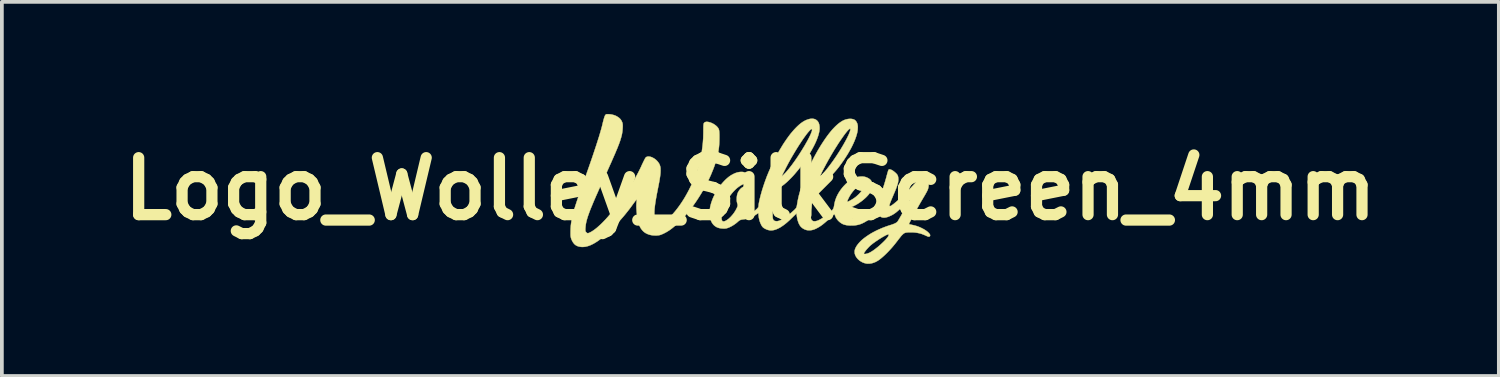
<source format=kicad_pcb>
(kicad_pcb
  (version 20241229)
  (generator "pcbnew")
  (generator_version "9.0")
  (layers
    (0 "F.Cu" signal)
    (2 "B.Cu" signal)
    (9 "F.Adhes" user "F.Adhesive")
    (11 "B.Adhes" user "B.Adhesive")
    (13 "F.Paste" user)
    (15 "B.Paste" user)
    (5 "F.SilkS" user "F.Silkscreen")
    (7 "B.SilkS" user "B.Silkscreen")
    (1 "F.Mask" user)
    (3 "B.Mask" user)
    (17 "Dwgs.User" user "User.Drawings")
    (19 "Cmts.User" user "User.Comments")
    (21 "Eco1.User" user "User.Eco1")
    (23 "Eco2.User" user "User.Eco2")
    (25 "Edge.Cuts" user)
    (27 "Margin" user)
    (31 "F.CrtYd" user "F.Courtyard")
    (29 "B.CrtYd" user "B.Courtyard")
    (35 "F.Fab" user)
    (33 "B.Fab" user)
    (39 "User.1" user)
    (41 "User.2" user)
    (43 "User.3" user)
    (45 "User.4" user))
  (footprint "Logo_Wolley_SilkScreen_4mm"
    (layer "F.Cu")
    (at 17.025 2.003)
    (property "Reference" "Logo_Wolley_SilkScreen_4mm" (at 0 0 0) (layer "F.SilkS") (effects (font (size 1.524 1.524) (thickness 0.3))))
    (attr through_hole)
    (fp_poly (pts (xy -3.812 -1.998) (xy -3.775 -1.997) (xy -3.74 -1.994) (xy -3.706 -1.988) (xy -3.673 -1.98) (xy -3.659 -1.976) (xy -3.625 -1.965) (xy -3.592 -1.951) (xy -3.562 -1.934) (xy -3.534 -1.916) (xy -3.509 -1.897) (xy -3.486 -1.876) (xy -3.467 -1.853) (xy -3.46 -1.843) (xy -3.454 -1.834) (xy -3.447 -1.822) (xy -3.441 -1.808) (xy -3.434 -1.795) (xy -3.429 -1.781) (xy -3.424 -1.77) (xy -3.422 -1.764) (xy -3.419 -1.749) (xy -3.416 -1.732) (xy -3.415 -1.714) (xy -3.414 -1.694) (xy -3.414 -1.67) (xy -3.414 -1.668) (xy -3.416 -1.625) (xy -3.419 -1.585) (xy -3.422 -1.547) (xy -3.427 -1.511) (xy -3.433 -1.475) (xy -3.44 -1.44) (xy -3.449 -1.405) (xy -3.459 -1.368) (xy -3.471 -1.329) (xy -3.48 -1.3) (xy -3.486 -1.28) (xy -3.493 -1.261) (xy -3.501 -1.24) (xy -3.508 -1.219) (xy -3.516 -1.197) (xy -3.525 -1.174) (xy -3.535 -1.15) (xy -3.544 -1.125) (xy -3.555 -1.098) (xy -3.566 -1.071) (xy -3.579 -1.041) (xy -3.592 -1.01) (xy -3.605 -0.978) (xy -3.62 -0.943) (xy -3.636 -0.907) (xy -3.653 -0.868) (xy -3.671 -0.827) (xy -3.69 -0.784) (xy -3.71 -0.738) (xy -3.731 -0.69) (xy -3.754 -0.64) (xy -3.778 -0.586) (xy -3.803 -0.53) (xy -3.83 -0.47) (xy -3.858 -0.408) (xy -3.888 -0.342) (xy -3.92 -0.273) (xy -3.926 -0.258) (xy -3.938 -0.231) (xy -3.951 -0.204) (xy -3.964 -0.176) (xy -3.976 -0.148) (xy -3.989 -0.12) (xy -4.001 -0.094) (xy -4.012 -0.068) (xy -4.023 -0.045) (xy -4.032 -0.024) (xy -4.041 -0.005) (xy -4.045 0.004) (xy -4.075 0.072) (xy -4.104 0.138) (xy -4.132 0.2) (xy -4.157 0.259) (xy -4.182 0.315) (xy -4.204 0.368) (xy -4.225 0.419) (xy -4.245 0.467) (xy -4.264 0.512) (xy -4.281 0.555) (xy -4.297 0.596) (xy -4.311 0.635) (xy -4.324 0.671) (xy -4.337 0.706) (xy -4.348 0.739) (xy -4.358 0.77) (xy -4.367 0.8) (xy -4.375 0.828) (xy -4.382 0.855) (xy -4.388 0.881) (xy -4.394 0.906) (xy -4.398 0.93) (xy -4.4 0.937) (xy -4.404 0.964) (xy -4.407 0.992) (xy -4.41 1.019) (xy -4.412 1.045) (xy -4.414 1.07) (xy -4.414 1.092) (xy -4.414 1.101) (xy -4.413 1.112) (xy -4.413 1.119) (xy -4.412 1.125) (xy -4.411 1.13) (xy -4.409 1.135) (xy -4.407 1.14) (xy -4.401 1.149) (xy -4.393 1.159) (xy -4.384 1.168) (xy -4.375 1.176) (xy -4.365 1.182) (xy -4.356 1.186) (xy -4.349 1.187) (xy -4.342 1.186) (xy -4.331 1.183) (xy -4.318 1.178) (xy -4.303 1.172) (xy -4.287 1.164) (xy -4.269 1.155) (xy -4.251 1.145) (xy -4.232 1.134) (xy -4.214 1.122) (xy -4.204 1.115) (xy -4.172 1.093) (xy -4.139 1.068) (xy -4.104 1.04) (xy -4.068 1.008) (xy -4.03 0.974) (xy -3.991 0.938) (xy -3.952 0.899) (xy -3.911 0.857) (xy -3.87 0.814) (xy -3.829 0.768) (xy -3.823 0.762) (xy -3.759 0.688) (xy -3.695 0.611) (xy -3.63 0.531) (xy -3.566 0.448) (xy -3.502 0.363) (xy -3.439 0.276) (xy -3.377 0.188) (xy -3.317 0.098) (xy -3.258 0.008) (xy -3.201 -0.083) (xy -3.146 -0.173) (xy -3.099 -0.254) (xy -3.066 -0.313) (xy -3.035 -0.37) (xy -3.005 -0.426) (xy -2.977 -0.481) (xy -2.949 -0.538) (xy -2.921 -0.596) (xy -2.901 -0.642) (xy -2.893 -0.659) (xy -2.884 -0.677) (xy -2.875 -0.696) (xy -2.866 -0.716) (xy -2.856 -0.735) (xy -2.847 -0.754) (xy -2.838 -0.771) (xy -2.83 -0.787) (xy -2.823 -0.801) (xy -2.817 -0.812) (xy -2.813 -0.817) (xy -2.808 -0.826) (xy -2.802 -0.835) (xy -2.796 -0.841) (xy -2.794 -0.844) (xy -2.779 -0.853) (xy -2.763 -0.86) (xy -2.745 -0.864) (xy -2.725 -0.866) (xy -2.704 -0.864) (xy -2.682 -0.86) (xy -2.659 -0.854) (xy -2.636 -0.846) (xy -2.613 -0.835) (xy -2.589 -0.822) (xy -2.566 -0.808) (xy -2.544 -0.792) (xy -2.522 -0.774) (xy -2.501 -0.754) (xy -2.482 -0.733) (xy -2.464 -0.711) (xy -2.448 -0.687) (xy -2.44 -0.675) (xy -2.428 -0.65) (xy -2.418 -0.624) (xy -2.41 -0.595) (xy -2.405 -0.568) (xy -2.404 -0.559) (xy -2.403 -0.547) (xy -2.403 -0.533) (xy -2.403 -0.517) (xy -2.402 -0.499) (xy -2.402 -0.482) (xy -2.403 -0.464) (xy -2.403 -0.448) (xy -2.404 -0.433) (xy -2.405 -0.42) (xy -2.405 -0.416) (xy -2.407 -0.393) (xy -2.41 -0.37) (xy -2.413 -0.347) (xy -2.416 -0.323) (xy -2.42 -0.298) (xy -2.424 -0.272) (xy -2.428 -0.244) (xy -2.434 -0.214) (xy -2.439 -0.182) (xy -2.446 -0.148) (xy -2.453 -0.11) (xy -2.461 -0.069) (xy -2.467 -0.04) (xy -2.479 0.021) (xy -2.49 0.079) (xy -2.501 0.133) (xy -2.51 0.185) (xy -2.519 0.233) (xy -2.527 0.278) (xy -2.534 0.321) (xy -2.54 0.361) (xy -2.546 0.399) (xy -2.551 0.434) (xy -2.555 0.468) (xy -2.559 0.5) (xy -2.562 0.53) (xy -2.564 0.558) (xy -2.566 0.585) (xy -2.567 0.611) (xy -2.567 0.636) (xy -2.568 0.653) (xy -2.567 0.685) (xy -2.566 0.714) (xy -2.563 0.74) (xy -2.56 0.763) (xy -2.555 0.784) (xy -2.55 0.804) (xy -2.543 0.823) (xy -2.535 0.839) (xy -2.526 0.856) (xy -2.514 0.872) (xy -2.502 0.885) (xy -2.49 0.897) (xy -2.477 0.905) (xy -2.476 0.905) (xy -2.458 0.912) (xy -2.439 0.915) (xy -2.418 0.915) (xy -2.396 0.911) (xy -2.372 0.905) (xy -2.347 0.895) (xy -2.321 0.882) (xy -2.293 0.866) (xy -2.265 0.847) (xy -2.236 0.825) (xy -2.205 0.8) (xy -2.174 0.773) (xy -2.142 0.743) (xy -2.11 0.71) (xy -2.076 0.674) (xy -2.043 0.636) (xy -2.008 0.595) (xy -1.974 0.552) (xy -1.939 0.507) (xy -1.904 0.459) (xy -1.901 0.455) (xy -1.847 0.377) (xy -1.794 0.296) (xy -1.743 0.212) (xy -1.694 0.125) (xy -1.646 0.036) (xy -1.601 -0.055) (xy -1.557 -0.148) (xy -1.517 -0.241) (xy -1.479 -0.336) (xy -1.463 -0.376) (xy -1.426 -0.48) (xy -1.393 -0.585) (xy -1.364 -0.69) (xy -1.338 -0.796) (xy -1.316 -0.902) (xy -1.297 -1.01) (xy -1.282 -1.119) (xy -1.27 -1.229) (xy -1.262 -1.337) (xy -1.26 -1.375) (xy -1.259 -1.416) (xy -1.258 -1.46) (xy -1.257 -1.505) (xy -1.257 -1.551) (xy -1.257 -1.569) (xy -1.256 -1.601) (xy -1.256 -1.629) (xy -1.256 -1.654) (xy -1.255 -1.676) (xy -1.254 -1.695) (xy -1.253 -1.711) (xy -1.251 -1.724) (xy -1.249 -1.736) (xy -1.247 -1.745) (xy -1.245 -1.752) (xy -1.243 -1.757) (xy -1.237 -1.766) (xy -1.227 -1.774) (xy -1.216 -1.782) (xy -1.203 -1.788) (xy -1.19 -1.791) (xy -1.189 -1.791) (xy -1.17 -1.794) (xy -1.148 -1.793) (xy -1.125 -1.79) (xy -1.1 -1.784) (xy -1.074 -1.777) (xy -1.047 -1.767) (xy -1.021 -1.755) (xy -0.994 -1.742) (xy -0.969 -1.727) (xy -0.944 -1.71) (xy -0.921 -1.692) (xy -0.917 -1.689) (xy -0.897 -1.671) (xy -0.879 -1.651) (xy -0.864 -1.632) (xy -0.852 -1.612) (xy -0.846 -1.599) (xy -0.843 -1.59) (xy -0.84 -1.581) (xy -0.837 -1.571) (xy -0.835 -1.559) (xy -0.834 -1.546) (xy -0.832 -1.532) (xy -0.831 -1.515) (xy -0.83 -1.495) (xy -0.829 -1.473) (xy -0.828 -1.447) (xy -0.828 -1.431) (xy -0.828 -1.364) (xy -0.829 -1.3) (xy -0.831 -1.238) (xy -0.834 -1.18) (xy -0.839 -1.122) (xy -0.846 -1.067) (xy -0.854 -1.012) (xy -0.864 -0.957) (xy -0.875 -0.903) (xy -0.885 -0.86) (xy -0.902 -0.797) (xy -0.921 -0.732) (xy -0.943 -0.664) (xy -0.967 -0.595) (xy -0.994 -0.524) (xy -1.023 -0.453) (xy -1.053 -0.38) (xy -1.086 -0.307) (xy -1.121 -0.233) (xy -1.157 -0.16) (xy -1.195 -0.087) (xy -1.229 -0.024) (xy -1.274 0.056) (xy -1.321 0.135) (xy -1.369 0.212) (xy -1.418 0.288) (xy -1.468 0.362) (xy -1.519 0.434) (xy -1.571 0.504) (xy -1.623 0.572) (xy -1.676 0.638) (xy -1.729 0.701) (xy -1.783 0.762) (xy -1.836 0.819) (xy -1.89 0.874) (xy -1.944 0.926) (xy -1.997 0.974) (xy -2.05 1.019) (xy -2.102 1.061) (xy -2.109 1.066) (xy -2.148 1.095) (xy -2.186 1.12) (xy -2.224 1.144) (xy -2.261 1.165) (xy -2.299 1.185) (xy -2.338 1.204) (xy -2.345 1.206) (xy -2.37 1.218) (xy -2.394 1.227) (xy -2.416 1.234) (xy -2.438 1.239) (xy -2.46 1.243) (xy -2.483 1.245) (xy -2.508 1.247) (xy -2.532 1.247) (xy -2.569 1.246) (xy -2.603 1.244) (xy -2.636 1.24) (xy -2.667 1.234) (xy -2.685 1.23) (xy -2.724 1.218) (xy -2.76 1.204) (xy -2.794 1.187) (xy -2.826 1.167) (xy -2.855 1.144) (xy -2.882 1.118) (xy -2.906 1.089) (xy -2.929 1.057) (xy -2.949 1.022) (xy -2.967 0.983) (xy -2.983 0.941) (xy -2.984 0.939) (xy -2.992 0.912) (xy -3 0.883) (xy -3.008 0.85) (xy -3.015 0.814) (xy -3.022 0.776) (xy -3.028 0.735) (xy -3.033 0.693) (xy -3.038 0.649) (xy -3.042 0.604) (xy -3.045 0.558) (xy -3.048 0.512) (xy -3.048 0.504) (xy -3.049 0.469) (xy -3.049 0.436) (xy -3.048 0.405) (xy -3.046 0.376) (xy -3.045 0.366) (xy -3.044 0.351) (xy -3.042 0.336) (xy -3.041 0.322) (xy -3.041 0.31) (xy -3.041 0.3) (xy -3.041 0.293) (xy -3.042 0.289) (xy -3.043 0.287) (xy -3.044 0.286) (xy -3.046 0.288) (xy -3.05 0.292) (xy -3.053 0.295) (xy -3.058 0.301) (xy -3.066 0.311) (xy -3.075 0.323) (xy -3.087 0.338) (xy -3.099 0.355) (xy -3.114 0.374) (xy -3.129 0.395) (xy -3.146 0.418) (xy -3.156 0.432) (xy -3.201 0.494) (xy -3.247 0.555) (xy -3.294 0.614) (xy -3.341 0.673) (xy -3.39 0.732) (xy -3.441 0.791) (xy -3.494 0.851) (xy -3.55 0.912) (xy -3.58 0.944) (xy -3.599 0.964) (xy -3.62 0.986) (xy -3.643 1.009) (xy -3.667 1.034) (xy -3.693 1.059) (xy -3.718 1.084) (xy -3.744 1.109) (xy -3.77 1.134) (xy -3.794 1.158) (xy -3.818 1.18) (xy -3.84 1.201) (xy -3.86 1.219) (xy -3.869 1.227) (xy -3.919 1.271) (xy -3.968 1.312) (xy -4.017 1.349) (xy -4.064 1.384) (xy -4.11 1.415) (xy -4.155 1.443) (xy -4.198 1.468) (xy -4.224 1.481) (xy -4.265 1.501) (xy -4.304 1.517) (xy -4.342 1.53) (xy -4.38 1.54) (xy -4.417 1.548) (xy -4.453 1.552) (xy -4.463 1.553) (xy -4.474 1.553) (xy -4.483 1.554) (xy -4.49 1.554) (xy -4.495 1.554) (xy -4.496 1.554) (xy -4.499 1.554) (xy -4.506 1.554) (xy -4.514 1.553) (xy -4.521 1.553) (xy -4.554 1.549) (xy -4.586 1.543) (xy -4.616 1.534) (xy -4.643 1.523) (xy -4.651 1.519) (xy -4.674 1.505) (xy -4.695 1.489) (xy -4.714 1.47) (xy -4.732 1.448) (xy -4.75 1.422) (xy -4.766 1.393) (xy -4.778 1.368) (xy -4.785 1.353) (xy -4.79 1.339) (xy -4.795 1.325) (xy -4.799 1.312) (xy -4.802 1.298) (xy -4.805 1.283) (xy -4.807 1.267) (xy -4.809 1.249) (xy -4.81 1.229) (xy -4.81 1.207) (xy -4.81 1.182) (xy -4.81 1.154) (xy -4.81 1.138) (xy -4.809 1.097) (xy -4.808 1.058) (xy -4.805 1.022) (xy -4.803 0.987) (xy -4.799 0.953) (xy -4.795 0.919) (xy -4.789 0.884) (xy -4.783 0.847) (xy -4.783 0.846) (xy -4.777 0.818) (xy -4.772 0.79) (xy -4.766 0.762) (xy -4.759 0.732) (xy -4.752 0.702) (xy -4.744 0.671) (xy -4.736 0.639) (xy -4.727 0.606) (xy -4.717 0.571) (xy -4.706 0.535) (xy -4.695 0.497) (xy -4.683 0.457) (xy -4.669 0.416) (xy -4.655 0.372) (xy -4.64 0.326) (xy -4.624 0.278) (xy -4.607 0.228) (xy -4.589 0.174) (xy -4.57 0.119) (xy -4.549 0.06) (xy -4.527 -0.002) (xy -4.504 -0.067) (xy -4.48 -0.135) (xy -4.454 -0.207) (xy -4.447 -0.225) (xy -4.406 -0.34) (xy -4.366 -0.452) (xy -4.328 -0.56) (xy -4.291 -0.666) (xy -4.256 -0.767) (xy -4.222 -0.866) (xy -4.19 -0.962) (xy -4.159 -1.055) (xy -4.129 -1.145) (xy -4.101 -1.232) (xy -4.082 -1.291) (xy -4.066 -1.343) (xy -4.05 -1.392) (xy -4.036 -1.438) (xy -4.023 -1.482) (xy -4.011 -1.523) (xy -4 -1.562) (xy -3.989 -1.599) (xy -3.98 -1.635) (xy -3.97 -1.669) (xy -3.962 -1.703) (xy -3.954 -1.736) (xy -3.948 -1.763) (xy -3.941 -1.791) (xy -3.934 -1.819) (xy -3.927 -1.846) (xy -3.92 -1.87) (xy -3.913 -1.893) (xy -3.907 -1.913) (xy -3.901 -1.931) (xy -3.895 -1.946) (xy -3.891 -1.956) (xy -3.882 -1.971) (xy -3.873 -1.983) (xy -3.863 -1.991) (xy -3.858 -1.994) (xy -3.854 -1.995) (xy -3.85 -1.997) (xy -3.846 -1.997) (xy -3.841 -1.998) (xy -3.834 -1.998) (xy -3.824 -1.998) (xy -3.812 -1.998)) (stroke (width 0.01) (type solid)) (fill yes) (layer "F.SilkS"))
    (fp_poly (pts (xy 1.671 -1.876) (xy 1.685 -1.874) (xy 1.692 -1.873) (xy 1.718 -1.867) (xy 1.743 -1.857) (xy 1.764 -1.844) (xy 1.784 -1.828) (xy 1.801 -1.81) (xy 1.816 -1.789) (xy 1.828 -1.765) (xy 1.838 -1.738) (xy 1.845 -1.709) (xy 1.85 -1.678) (xy 1.852 -1.644) (xy 1.852 -1.608) (xy 1.849 -1.57) (xy 1.846 -1.551) (xy 1.841 -1.52) (xy 1.833 -1.486) (xy 1.823 -1.449) (xy 1.812 -1.411) (xy 1.798 -1.372) (xy 1.783 -1.332) (xy 1.78 -1.324) (xy 1.756 -1.266) (xy 1.729 -1.207) (xy 1.699 -1.147) (xy 1.666 -1.085) (xy 1.631 -1.022) (xy 1.594 -0.958) (xy 1.555 -0.894) (xy 1.514 -0.83) (xy 1.471 -0.766) (xy 1.427 -0.702) (xy 1.381 -0.64) (xy 1.335 -0.578) (xy 1.288 -0.518) (xy 1.239 -0.459) (xy 1.191 -0.402) (xy 1.142 -0.347) (xy 1.093 -0.295) (xy 1.056 -0.258) (xy 1.025 -0.227) (xy 0.996 -0.199) (xy 0.967 -0.173) (xy 0.939 -0.149) (xy 0.911 -0.125) (xy 0.881 -0.102) (xy 0.85 -0.079) (xy 0.816 -0.055) (xy 0.796 -0.04) (xy 0.778 -0.026) (xy 0.763 -0.012) (xy 0.751 0.002) (xy 0.739 0.017) (xy 0.73 0.034) (xy 0.72 0.053) (xy 0.711 0.075) (xy 0.706 0.087) (xy 0.68 0.161) (xy 0.658 0.235) (xy 0.639 0.308) (xy 0.624 0.381) (xy 0.611 0.455) (xy 0.602 0.53) (xy 0.598 0.58) (xy 0.597 0.593) (xy 0.597 0.607) (xy 0.596 0.624) (xy 0.596 0.642) (xy 0.596 0.661) (xy 0.596 0.679) (xy 0.596 0.698) (xy 0.596 0.716) (xy 0.596 0.732) (xy 0.597 0.746) (xy 0.597 0.758) (xy 0.598 0.766) (xy 0.598 0.769) (xy 0.601 0.784) (xy 0.604 0.798) (xy 0.607 0.811) (xy 0.611 0.82) (xy 0.612 0.822) (xy 0.618 0.831) (xy 0.626 0.84) (xy 0.635 0.848) (xy 0.64 0.852) (xy 0.649 0.856) (xy 0.66 0.859) (xy 0.674 0.862) (xy 0.688 0.864) (xy 0.693 0.865) (xy 0.714 0.865) (xy 0.737 0.862) (xy 0.763 0.855) (xy 0.79 0.846) (xy 0.818 0.833) (xy 0.849 0.818) (xy 0.881 0.799) (xy 0.915 0.777) (xy 0.943 0.758) (xy 0.963 0.743) (xy 0.984 0.727) (xy 1.006 0.711) (xy 1.028 0.693) (xy 1.05 0.675) (xy 1.072 0.657) (xy 1.094 0.639) (xy 1.114 0.621) (xy 1.134 0.603) (xy 1.153 0.586) (xy 1.17 0.571) (xy 1.185 0.556) (xy 1.198 0.543) (xy 1.208 0.532) (xy 1.216 0.522) (xy 1.217 0.52) (xy 1.223 0.513) (xy 1.227 0.505) (xy 1.231 0.498) (xy 1.235 0.489) (xy 1.238 0.48) (xy 1.241 0.469) (xy 1.244 0.456) (xy 1.247 0.441) (xy 1.25 0.424) (xy 1.253 0.402) (xy 1.255 0.394) (xy 1.267 0.322) (xy 1.282 0.249) (xy 1.3 0.173) (xy 1.321 0.095) (xy 1.344 0.016) (xy 1.369 -0.066) (xy 1.397 -0.148) (xy 1.427 -0.232) (xy 1.46 -0.316) (xy 1.472 -0.347) (xy 1.873 -0.347) (xy 1.873 -0.342) (xy 1.876 -0.341) (xy 1.881 -0.342) (xy 1.884 -0.344) (xy 1.893 -0.351) (xy 1.904 -0.361) (xy 1.916 -0.373) (xy 1.931 -0.389) (xy 1.948 -0.408) (xy 1.966 -0.429) (xy 1.986 -0.452) (xy 2.007 -0.478) (xy 2.03 -0.507) (xy 2.054 -0.537) (xy 2.079 -0.57) (xy 2.106 -0.604) (xy 2.133 -0.641) (xy 2.143 -0.653) (xy 2.174 -0.696) (xy 2.206 -0.739) (xy 2.237 -0.784) (xy 2.268 -0.829) (xy 2.299 -0.874) (xy 2.329 -0.92) (xy 2.359 -0.966) (xy 2.388 -1.012) (xy 2.417 -1.058) (xy 2.444 -1.103) (xy 2.471 -1.148) (xy 2.496 -1.191) (xy 2.52 -1.234) (xy 2.543 -1.275) (xy 2.565 -1.316) (xy 2.585 -1.354) (xy 2.603 -1.391) (xy 2.62 -1.426) (xy 2.635 -1.458) (xy 2.647 -1.489) (xy 2.658 -1.517) (xy 2.667 -1.542) (xy 2.672 -1.56) (xy 2.674 -1.571) (xy 2.676 -1.582) (xy 2.677 -1.591) (xy 2.676 -1.599) (xy 2.675 -1.605) (xy 2.674 -1.606) (xy 2.67 -1.609) (xy 2.663 -1.608) (xy 2.655 -1.604) (xy 2.645 -1.597) (xy 2.633 -1.587) (xy 2.619 -1.574) (xy 2.61 -1.564) (xy 2.594 -1.547) (xy 2.577 -1.526) (xy 2.557 -1.502) (xy 2.537 -1.476) (xy 2.515 -1.447) (xy 2.492 -1.415) (xy 2.468 -1.381) (xy 2.443 -1.345) (xy 2.417 -1.308) (xy 2.39 -1.268) (xy 2.363 -1.228) (xy 2.336 -1.186) (xy 2.309 -1.143) (xy 2.281 -1.099) (xy 2.253 -1.055) (xy 2.226 -1.01) (xy 2.199 -0.965) (xy 2.172 -0.919) (xy 2.145 -0.874) (xy 2.131 -0.849) (xy 2.112 -0.815) (xy 2.092 -0.781) (xy 2.073 -0.747) (xy 2.055 -0.713) (xy 2.036 -0.679) (xy 2.018 -0.646) (xy 2.001 -0.613) (xy 1.984 -0.581) (xy 1.968 -0.551) (xy 1.953 -0.521) (xy 1.938 -0.494) (xy 1.925 -0.468) (xy 1.913 -0.443) (xy 1.903 -0.422) (xy 1.894 -0.402) (xy 1.886 -0.385) (xy 1.88 -0.371) (xy 1.876 -0.36) (xy 1.874 -0.355) (xy 1.873 -0.347) (xy 1.472 -0.347) (xy 1.494 -0.401) (xy 1.531 -0.487) (xy 1.57 -0.573) (xy 1.61 -0.659) (xy 1.653 -0.745) (xy 1.697 -0.831) (xy 1.743 -0.916) (xy 1.762 -0.95) (xy 1.806 -1.028) (xy 1.851 -1.103) (xy 1.894 -1.174) (xy 1.938 -1.242) (xy 1.981 -1.307) (xy 2.024 -1.369) (xy 2.066 -1.427) (xy 2.108 -1.482) (xy 2.149 -1.533) (xy 2.189 -1.581) (xy 2.23 -1.625) (xy 2.269 -1.665) (xy 2.308 -1.702) (xy 2.346 -1.735) (xy 2.358 -1.745) (xy 2.396 -1.774) (xy 2.432 -1.798) (xy 2.468 -1.82) (xy 2.503 -1.837) (xy 2.538 -1.851) (xy 2.571 -1.86) (xy 2.601 -1.867) (xy 2.63 -1.871) (xy 2.659 -1.873) (xy 2.687 -1.873) (xy 2.713 -1.871) (xy 2.737 -1.866) (xy 2.759 -1.86) (xy 2.779 -1.852) (xy 2.795 -1.842) (xy 2.795 -1.841) (xy 2.815 -1.825) (xy 2.831 -1.805) (xy 2.845 -1.782) (xy 2.857 -1.757) (xy 2.866 -1.73) (xy 2.872 -1.7) (xy 2.873 -1.69) (xy 2.874 -1.677) (xy 2.875 -1.662) (xy 2.875 -1.644) (xy 2.874 -1.626) (xy 2.873 -1.607) (xy 2.872 -1.589) (xy 2.871 -1.573) (xy 2.869 -1.562) (xy 2.865 -1.535) (xy 2.86 -1.509) (xy 2.854 -1.483) (xy 2.847 -1.457) (xy 2.839 -1.43) (xy 2.83 -1.4) (xy 2.826 -1.388) (xy 2.806 -1.333) (xy 2.783 -1.275) (xy 2.757 -1.216) (xy 2.728 -1.155) (xy 2.696 -1.092) (xy 2.66 -1.027) (xy 2.622 -0.961) (xy 2.584 -0.898) (xy 2.566 -0.871) (xy 2.548 -0.842) (xy 2.528 -0.812) (xy 2.508 -0.781) (xy 2.487 -0.75) (xy 2.465 -0.72) (xy 2.444 -0.689) (xy 2.423 -0.66) (xy 2.403 -0.633) (xy 2.384 -0.607) (xy 2.367 -0.584) (xy 2.351 -0.564) (xy 2.316 -0.521) (xy 2.281 -0.48) (xy 2.244 -0.438) (xy 2.205 -0.395) (xy 2.165 -0.352) (xy 2.122 -0.307) (xy 2.092 -0.276) (xy 2.061 -0.245) (xy 2.032 -0.217) (xy 2.005 -0.191) (xy 1.98 -0.168) (xy 1.957 -0.147) (xy 1.935 -0.127) (xy 1.914 -0.11) (xy 1.893 -0.094) (xy 1.874 -0.079) (xy 1.855 -0.065) (xy 1.849 -0.061) (xy 1.83 -0.048) (xy 1.814 -0.035) (xy 1.799 -0.021) (xy 1.785 -0.006) (xy 1.773 0.009) (xy 1.761 0.027) (xy 1.75 0.046) (xy 1.74 0.068) (xy 1.73 0.092) (xy 1.719 0.119) (xy 1.709 0.15) (xy 1.708 0.151) (xy 1.702 0.17) (xy 1.696 0.191) (xy 1.689 0.215) (xy 1.682 0.239) (xy 1.675 0.263) (xy 1.669 0.285) (xy 1.663 0.306) (xy 1.659 0.321) (xy 1.652 0.354) (xy 1.645 0.389) (xy 1.638 0.426) (xy 1.633 0.462) (xy 1.628 0.499) (xy 1.624 0.536) (xy 1.62 0.573) (xy 1.618 0.608) (xy 1.616 0.642) (xy 1.615 0.675) (xy 1.615 0.706) (xy 1.616 0.734) (xy 1.618 0.759) (xy 1.621 0.781) (xy 1.622 0.788) (xy 1.627 0.806) (xy 1.633 0.821) (xy 1.642 0.834) (xy 1.648 0.841) (xy 1.662 0.853) (xy 1.678 0.861) (xy 1.696 0.866) (xy 1.716 0.867) (xy 1.738 0.866) (xy 1.763 0.861) (xy 1.789 0.854) (xy 1.817 0.843) (xy 1.847 0.829) (xy 1.879 0.812) (xy 1.911 0.793) (xy 1.931 0.781) (xy 1.951 0.768) (xy 1.971 0.753) (xy 1.992 0.738) (xy 2.015 0.721) (xy 2.039 0.702) (xy 2.065 0.682) (xy 2.087 0.664) (xy 2.111 0.644) (xy 2.133 0.626) (xy 2.151 0.61) (xy 2.167 0.595) (xy 2.181 0.581) (xy 2.193 0.567) (xy 2.204 0.555) (xy 2.212 0.542) (xy 2.219 0.529) (xy 2.225 0.516) (xy 2.23 0.502) (xy 2.234 0.487) (xy 2.238 0.47) (xy 2.241 0.452) (xy 2.243 0.442) (xy 2.248 0.41) (xy 2.254 0.381) (xy 2.26 0.353) (xy 2.262 0.345) (xy 2.59 0.345) (xy 2.592 0.347) (xy 2.596 0.347) (xy 2.602 0.346) (xy 2.61 0.343) (xy 2.622 0.338) (xy 2.629 0.334) (xy 2.642 0.328) (xy 2.658 0.319) (xy 2.675 0.31) (xy 2.693 0.3) (xy 2.71 0.29) (xy 2.727 0.28) (xy 2.743 0.27) (xy 2.745 0.269) (xy 2.775 0.249) (xy 2.804 0.228) (xy 2.832 0.206) (xy 2.859 0.182) (xy 2.885 0.158) (xy 2.91 0.134) (xy 2.933 0.109) (xy 2.953 0.085) (xy 2.972 0.061) (xy 2.988 0.037) (xy 3.001 0.015) (xy 3.011 -0.007) (xy 3.018 -0.027) (xy 3.019 -0.031) (xy 3.022 -0.047) (xy 3.022 -0.061) (xy 3.019 -0.074) (xy 3.012 -0.083) (xy 3.003 -0.091) (xy 2.991 -0.095) (xy 2.977 -0.098) (xy 2.96 -0.097) (xy 2.942 -0.093) (xy 2.923 -0.086) (xy 2.903 -0.076) (xy 2.881 -0.063) (xy 2.86 -0.048) (xy 2.837 -0.03) (xy 2.815 -0.009) (xy 2.792 0.013) (xy 2.77 0.037) (xy 2.748 0.063) (xy 2.726 0.091) (xy 2.705 0.119) (xy 2.684 0.15) (xy 2.665 0.181) (xy 2.647 0.213) (xy 2.63 0.245) (xy 2.629 0.247) (xy 2.622 0.262) (xy 2.615 0.277) (xy 2.608 0.292) (xy 2.602 0.306) (xy 2.597 0.318) (xy 2.594 0.329) (xy 2.592 0.334) (xy 2.59 0.34) (xy 2.59 0.345) (xy 2.262 0.345) (xy 2.267 0.327) (xy 2.275 0.3) (xy 2.281 0.283) (xy 2.299 0.234) (xy 2.32 0.187) (xy 2.344 0.14) (xy 2.371 0.094) (xy 2.401 0.048) (xy 2.434 0.003) (xy 2.471 -0.043) (xy 2.512 -0.089) (xy 2.515 -0.091) (xy 2.552 -0.13) (xy 2.591 -0.165) (xy 2.63 -0.197) (xy 2.67 -0.226) (xy 2.711 -0.252) (xy 2.751 -0.274) (xy 2.792 -0.292) (xy 2.833 -0.307) (xy 2.874 -0.319) (xy 2.915 -0.326) (xy 2.956 -0.33) (xy 2.962 -0.33) (xy 2.995 -0.331) (xy 3.025 -0.328) (xy 3.053 -0.324) (xy 3.081 -0.317) (xy 3.108 -0.307) (xy 3.137 -0.295) (xy 3.139 -0.293) (xy 3.166 -0.279) (xy 3.188 -0.264) (xy 3.208 -0.247) (xy 3.224 -0.229) (xy 3.237 -0.209) (xy 3.247 -0.186) (xy 3.254 -0.162) (xy 3.259 -0.135) (xy 3.261 -0.106) (xy 3.261 -0.079) (xy 3.259 -0.051) (xy 3.257 -0.027) (xy 3.253 -0.005) (xy 3.249 0.009) (xy 3.242 0.028) (xy 3.233 0.049) (xy 3.22 0.072) (xy 3.205 0.097) (xy 3.187 0.123) (xy 3.182 0.129) (xy 3.158 0.16) (xy 3.13 0.191) (xy 3.099 0.223) (xy 3.065 0.255) (xy 3.029 0.286) (xy 2.992 0.317) (xy 2.952 0.346) (xy 2.912 0.374) (xy 2.871 0.401) (xy 2.829 0.425) (xy 2.796 0.443) (xy 2.76 0.461) (xy 2.727 0.476) (xy 2.695 0.488) (xy 2.664 0.497) (xy 2.635 0.505) (xy 2.627 0.506) (xy 2.61 0.51) (xy 2.596 0.513) (xy 2.586 0.516) (xy 2.577 0.519) (xy 2.571 0.522) (xy 2.566 0.526) (xy 2.563 0.53) (xy 2.561 0.533) (xy 2.559 0.54) (xy 2.557 0.549) (xy 2.558 0.56) (xy 2.56 0.574) (xy 2.562 0.585) (xy 2.571 0.619) (xy 2.582 0.65) (xy 2.596 0.678) (xy 2.611 0.702) (xy 2.628 0.723) (xy 2.628 0.724) (xy 2.648 0.743) (xy 2.671 0.759) (xy 2.695 0.771) (xy 2.722 0.781) (xy 2.751 0.788) (xy 2.781 0.791) (xy 2.814 0.792) (xy 2.849 0.789) (xy 2.885 0.783) (xy 2.923 0.775) (xy 2.963 0.763) (xy 3.005 0.748) (xy 3.006 0.747) (xy 3.023 0.74) (xy 3.041 0.732) (xy 3.06 0.723) (xy 3.079 0.714) (xy 3.098 0.705) (xy 3.114 0.697) (xy 3.128 0.689) (xy 3.131 0.687) (xy 3.155 0.672) (xy 3.179 0.656) (xy 3.203 0.639) (xy 3.227 0.621) (xy 3.25 0.604) (xy 3.272 0.586) (xy 3.293 0.568) (xy 3.313 0.55) (xy 3.331 0.533) (xy 3.348 0.517) (xy 3.362 0.501) (xy 3.374 0.487) (xy 3.383 0.474) (xy 3.389 0.463) (xy 3.392 0.454) (xy 3.396 0.44) (xy 3.4 0.424) (xy 3.405 0.408) (xy 3.41 0.39) (xy 3.416 0.371) (xy 3.422 0.35) (xy 3.43 0.327) (xy 3.439 0.301) (xy 3.448 0.273) (xy 3.459 0.242) (xy 3.471 0.208) (xy 3.484 0.17) (xy 3.486 0.166) (xy 3.507 0.106) (xy 3.527 0.049) (xy 3.545 -0.005) (xy 3.562 -0.056) (xy 3.578 -0.105) (xy 3.593 -0.153) (xy 3.606 -0.198) (xy 3.619 -0.243) (xy 3.632 -0.286) (xy 3.643 -0.329) (xy 3.645 -0.338) (xy 3.653 -0.366) (xy 3.66 -0.391) (xy 3.666 -0.415) (xy 3.673 -0.437) (xy 3.679 -0.457) (xy 3.684 -0.474) (xy 3.689 -0.488) (xy 3.693 -0.5) (xy 3.697 -0.508) (xy 3.7 -0.512) (xy 3.7 -0.512) (xy 3.707 -0.518) (xy 3.717 -0.521) (xy 3.729 -0.521) (xy 3.744 -0.519) (xy 3.759 -0.514) (xy 3.777 -0.507) (xy 3.795 -0.497) (xy 3.801 -0.494) (xy 3.818 -0.483) (xy 3.835 -0.471) (xy 3.852 -0.457) (xy 3.871 -0.441) (xy 3.883 -0.431) (xy 3.9 -0.414) (xy 3.915 -0.399) (xy 3.927 -0.384) (xy 3.936 -0.369) (xy 3.944 -0.354) (xy 3.949 -0.338) (xy 3.954 -0.319) (xy 3.957 -0.298) (xy 3.958 -0.283) (xy 3.96 -0.258) (xy 3.959 -0.233) (xy 3.957 -0.208) (xy 3.953 -0.181) (xy 3.947 -0.152) (xy 3.938 -0.122) (xy 3.928 -0.089) (xy 3.923 -0.075) (xy 3.918 -0.06) (xy 3.913 -0.045) (xy 3.907 -0.029) (xy 3.9 -0.011) (xy 3.893 0.007) (xy 3.885 0.027) (xy 3.876 0.05) (xy 3.866 0.074) (xy 3.855 0.1) (xy 3.842 0.13) (xy 3.828 0.162) (xy 3.815 0.194) (xy 3.8 0.23) (xy 3.786 0.262) (xy 3.774 0.291) (xy 3.763 0.317) (xy 3.754 0.341) (xy 3.746 0.361) (xy 3.739 0.379) (xy 3.734 0.395) (xy 3.729 0.409) (xy 3.726 0.421) (xy 3.723 0.43) (xy 3.722 0.439) (xy 3.722 0.445) (xy 3.722 0.451) (xy 3.723 0.455) (xy 3.725 0.458) (xy 3.73 0.462) (xy 3.736 0.463) (xy 3.744 0.461) (xy 3.754 0.457) (xy 3.767 0.451) (xy 3.782 0.441) (xy 3.795 0.432) (xy 3.816 0.417) (xy 3.84 0.399) (xy 3.865 0.378) (xy 3.893 0.355) (xy 3.922 0.33) (xy 3.952 0.303) (xy 3.984 0.275) (xy 4.016 0.245) (xy 4.05 0.214) (xy 4.084 0.182) (xy 4.118 0.149) (xy 4.152 0.116) (xy 4.186 0.082) (xy 4.22 0.049) (xy 4.253 0.015) (xy 4.285 -0.019) (xy 4.316 -0.052) (xy 4.346 -0.084) (xy 4.374 -0.115) (xy 4.401 -0.145) (xy 4.411 -0.156) (xy 4.419 -0.166) (xy 4.429 -0.177) (xy 4.44 -0.191) (xy 4.452 -0.205) (xy 4.463 -0.219) (xy 4.474 -0.232) (xy 4.493 -0.254) (xy 4.51 -0.275) (xy 4.526 -0.294) (xy 4.541 -0.311) (xy 4.554 -0.326) (xy 4.566 -0.338) (xy 4.576 -0.348) (xy 4.584 -0.356) (xy 4.589 -0.36) (xy 4.59 -0.361) (xy 4.593 -0.362) (xy 4.596 -0.363) (xy 4.599 -0.362) (xy 4.605 -0.359) (xy 4.605 -0.359) (xy 4.615 -0.354) (xy 4.628 -0.345) (xy 4.642 -0.334) (xy 4.658 -0.32) (xy 4.675 -0.303) (xy 4.684 -0.295) (xy 4.702 -0.275) (xy 4.719 -0.257) (xy 4.732 -0.24) (xy 4.743 -0.225) (xy 4.75 -0.212) (xy 4.751 -0.211) (xy 4.759 -0.191) (xy 4.764 -0.168) (xy 4.768 -0.143) (xy 4.77 -0.116) (xy 4.77 -0.089) (xy 4.767 -0.061) (xy 4.763 -0.034) (xy 4.756 -0.007) (xy 4.748 0.019) (xy 4.747 0.02) (xy 4.741 0.034) (xy 4.734 0.05) (xy 4.724 0.069) (xy 4.712 0.092) (xy 4.698 0.117) (xy 4.682 0.146) (xy 4.664 0.177) (xy 4.644 0.211) (xy 4.622 0.248) (xy 4.613 0.264) (xy 4.592 0.299) (xy 4.57 0.337) (xy 4.546 0.378) (xy 4.521 0.422) (xy 4.495 0.468) (xy 4.468 0.517) (xy 4.44 0.568) (xy 4.411 0.62) (xy 4.381 0.675) (xy 4.351 0.73) (xy 4.331 0.769) (xy 4.322 0.785) (xy 4.313 0.802) (xy 4.304 0.819) (xy 4.295 0.837) (xy 4.286 0.854) (xy 4.277 0.871) (xy 4.269 0.887) (xy 4.262 0.901) (xy 4.256 0.914) (xy 4.25 0.925) (xy 4.246 0.933) (xy 4.244 0.939) (xy 4.243 0.942) (xy 4.243 0.942) (xy 4.244 0.943) (xy 4.248 0.945) (xy 4.254 0.947) (xy 4.263 0.949) (xy 4.275 0.952) (xy 4.29 0.956) (xy 4.309 0.96) (xy 4.331 0.965) (xy 4.341 0.967) (xy 4.355 0.97) (xy 4.37 0.973) (xy 4.384 0.977) (xy 4.397 0.98) (xy 4.407 0.982) (xy 4.407 0.983) (xy 4.446 0.994) (xy 4.484 1.007) (xy 4.523 1.022) (xy 4.561 1.039) (xy 4.597 1.057) (xy 4.632 1.075) (xy 4.666 1.095) (xy 4.697 1.115) (xy 4.725 1.136) (xy 4.75 1.156) (xy 4.767 1.173) (xy 4.783 1.19) (xy 4.795 1.205) (xy 4.804 1.219) (xy 4.809 1.233) (xy 4.81 1.245) (xy 4.808 1.256) (xy 4.807 1.26) (xy 4.801 1.269) (xy 4.792 1.275) (xy 4.782 1.279) (xy 4.769 1.279) (xy 4.755 1.277) (xy 4.752 1.276) (xy 4.746 1.274) (xy 4.738 1.27) (xy 4.728 1.266) (xy 4.716 1.26) (xy 4.703 1.255) (xy 4.692 1.25) (xy 4.653 1.232) (xy 4.615 1.217) (xy 4.579 1.204) (xy 4.542 1.193) (xy 4.504 1.184) (xy 4.465 1.176) (xy 4.423 1.17) (xy 4.404 1.168) (xy 4.385 1.166) (xy 4.363 1.165) (xy 4.34 1.163) (xy 4.316 1.163) (xy 4.29 1.163) (xy 4.266 1.163) (xy 4.241 1.163) (xy 4.219 1.164) (xy 4.198 1.166) (xy 4.18 1.168) (xy 4.17 1.169) (xy 4.153 1.173) (xy 4.137 1.177) (xy 4.122 1.184) (xy 4.108 1.193) (xy 4.093 1.204) (xy 4.078 1.217) (xy 4.064 1.231) (xy 4.057 1.238) (xy 4.05 1.245) (xy 4.043 1.253) (xy 4.035 1.262) (xy 4.027 1.272) (xy 4.018 1.284) (xy 4.007 1.297) (xy 3.996 1.312) (xy 3.982 1.329) (xy 3.967 1.348) (xy 3.95 1.371) (xy 3.94 1.384) (xy 3.924 1.404) (xy 3.911 1.421) (xy 3.899 1.436) (xy 3.889 1.449) (xy 3.88 1.461) (xy 3.871 1.472) (xy 3.863 1.482) (xy 3.855 1.491) (xy 3.847 1.501) (xy 3.839 1.511) (xy 3.83 1.523) (xy 3.825 1.528) (xy 3.791 1.568) (xy 3.756 1.607) (xy 3.721 1.645) (xy 3.686 1.682) (xy 3.651 1.718) (xy 3.616 1.752) (xy 3.582 1.784) (xy 3.549 1.814) (xy 3.516 1.842) (xy 3.485 1.868) (xy 3.455 1.891) (xy 3.427 1.911) (xy 3.41 1.922) (xy 3.379 1.94) (xy 3.346 1.957) (xy 3.311 1.971) (xy 3.276 1.983) (xy 3.242 1.992) (xy 3.223 1.995) (xy 3.209 1.997) (xy 3.193 1.999) (xy 3.176 2) (xy 3.158 2) (xy 3.142 2.001) (xy 3.127 2) (xy 3.116 1.999) (xy 3.083 1.993) (xy 3.049 1.984) (xy 3.016 1.972) (xy 2.992 1.961) (xy 2.959 1.942) (xy 2.928 1.922) (xy 2.9 1.899) (xy 2.875 1.875) (xy 2.852 1.849) (xy 2.833 1.822) (xy 2.817 1.794) (xy 2.804 1.766) (xy 2.802 1.759) (xy 2.795 1.733) (xy 2.794 1.729) (xy 3.038 1.729) (xy 3.04 1.735) (xy 3.045 1.739) (xy 3.053 1.742) (xy 3.065 1.743) (xy 3.079 1.742) (xy 3.092 1.74) (xy 3.106 1.737) (xy 3.123 1.733) (xy 3.142 1.727) (xy 3.16 1.72) (xy 3.177 1.713) (xy 3.18 1.712) (xy 3.203 1.701) (xy 3.227 1.687) (xy 3.253 1.671) (xy 3.282 1.653) (xy 3.311 1.632) (xy 3.342 1.609) (xy 3.374 1.584) (xy 3.407 1.558) (xy 3.44 1.53) (xy 3.473 1.501) (xy 3.507 1.47) (xy 3.54 1.439) (xy 3.541 1.438) (xy 3.569 1.411) (xy 3.594 1.386) (xy 3.617 1.362) (xy 3.637 1.339) (xy 3.654 1.318) (xy 3.669 1.299) (xy 3.682 1.282) (xy 3.691 1.266) (xy 3.698 1.253) (xy 3.701 1.241) (xy 3.702 1.235) (xy 3.701 1.226) (xy 3.698 1.22) (xy 3.694 1.216) (xy 3.692 1.216) (xy 3.687 1.217) (xy 3.679 1.219) (xy 3.669 1.223) (xy 3.657 1.227) (xy 3.644 1.233) (xy 3.643 1.233) (xy 3.623 1.242) (xy 3.602 1.253) (xy 3.578 1.267) (xy 3.552 1.281) (xy 3.524 1.297) (xy 3.496 1.315) (xy 3.466 1.333) (xy 3.436 1.352) (xy 3.407 1.372) (xy 3.377 1.392) (xy 3.348 1.411) (xy 3.321 1.431) (xy 3.294 1.45) (xy 3.27 1.468) (xy 3.248 1.486) (xy 3.228 1.502) (xy 3.223 1.505) (xy 3.207 1.52) (xy 3.191 1.535) (xy 3.174 1.552) (xy 3.158 1.569) (xy 3.141 1.587) (xy 3.125 1.605) (xy 3.109 1.622) (xy 3.095 1.64) (xy 3.082 1.657) (xy 3.07 1.673) (xy 3.059 1.687) (xy 3.051 1.701) (xy 3.044 1.712) (xy 3.04 1.721) (xy 3.038 1.728) (xy 3.038 1.729) (xy 2.794 1.729) (xy 2.791 1.706) (xy 2.79 1.679) (xy 2.792 1.653) (xy 2.793 1.649) (xy 2.799 1.622) (xy 2.809 1.594) (xy 2.823 1.565) (xy 2.84 1.535) (xy 2.86 1.505) (xy 2.883 1.475) (xy 2.909 1.444) (xy 2.938 1.413) (xy 2.969 1.382) (xy 3.003 1.352) (xy 3.04 1.322) (xy 3.045 1.318) (xy 3.104 1.275) (xy 3.166 1.233) (xy 3.231 1.192) (xy 3.3 1.154) (xy 3.371 1.117) (xy 3.445 1.083) (xy 3.522 1.05) (xy 3.601 1.019) (xy 3.682 0.99) (xy 3.724 0.977) (xy 3.738 0.972) (xy 3.752 0.968) (xy 3.765 0.964) (xy 3.777 0.96) (xy 3.786 0.957) (xy 3.79 0.956) (xy 3.816 0.946) (xy 3.84 0.937) (xy 3.863 0.927) (xy 3.883 0.917) (xy 3.901 0.907) (xy 3.915 0.897) (xy 3.927 0.888) (xy 3.934 0.881) (xy 3.939 0.874) (xy 3.946 0.864) (xy 3.954 0.851) (xy 3.964 0.835) (xy 3.975 0.817) (xy 3.987 0.797) (xy 4 0.774) (xy 4.014 0.75) (xy 4.028 0.725) (xy 4.044 0.698) (xy 4.059 0.67) (xy 4.075 0.642) (xy 4.091 0.613) (xy 4.107 0.583) (xy 4.123 0.554) (xy 4.139 0.525) (xy 4.154 0.496) (xy 4.169 0.469) (xy 4.184 0.442) (xy 4.197 0.416) (xy 4.21 0.391) (xy 4.219 0.373) (xy 4.228 0.354) (xy 4.236 0.339) (xy 4.242 0.326) (xy 4.247 0.316) (xy 4.25 0.309) (xy 4.252 0.304) (xy 4.252 0.3) (xy 4.252 0.299) (xy 4.25 0.3) (xy 4.246 0.304) (xy 4.239 0.31) (xy 4.229 0.319) (xy 4.217 0.33) (xy 4.203 0.344) (xy 4.186 0.36) (xy 4.166 0.379) (xy 4.145 0.4) (xy 4.121 0.423) (xy 4.117 0.426) (xy 4.089 0.454) (xy 4.064 0.478) (xy 4.041 0.501) (xy 4.02 0.521) (xy 4.001 0.539) (xy 3.984 0.555) (xy 3.968 0.57) (xy 3.954 0.583) (xy 3.94 0.595) (xy 3.928 0.605) (xy 3.916 0.615) (xy 3.905 0.624) (xy 3.895 0.633) (xy 3.884 0.641) (xy 3.873 0.648) (xy 3.864 0.655) (xy 3.828 0.679) (xy 3.79 0.701) (xy 3.75 0.72) (xy 3.71 0.738) (xy 3.675 0.751) (xy 3.644 0.76) (xy 3.614 0.766) (xy 3.586 0.769) (xy 3.56 0.769) (xy 3.536 0.766) (xy 3.513 0.759) (xy 3.492 0.749) (xy 3.471 0.736) (xy 3.458 0.726) (xy 3.45 0.718) (xy 3.442 0.709) (xy 3.433 0.699) (xy 3.423 0.686) (xy 3.412 0.671) (xy 3.404 0.659) (xy 3.398 0.649) (xy 3.392 0.641) (xy 3.388 0.635) (xy 3.385 0.631) (xy 3.383 0.629) (xy 3.382 0.631) (xy 3.378 0.634) (xy 3.371 0.64) (xy 3.364 0.648) (xy 3.354 0.657) (xy 3.344 0.668) (xy 3.332 0.679) (xy 3.331 0.681) (xy 3.305 0.707) (xy 3.281 0.73) (xy 3.258 0.751) (xy 3.235 0.77) (xy 3.212 0.789) (xy 3.187 0.807) (xy 3.162 0.825) (xy 3.145 0.837) (xy 3.106 0.862) (xy 3.07 0.884) (xy 3.035 0.903) (xy 3.001 0.92) (xy 2.968 0.934) (xy 2.936 0.946) (xy 2.903 0.956) (xy 2.871 0.964) (xy 2.837 0.97) (xy 2.834 0.971) (xy 2.813 0.974) (xy 2.792 0.976) (xy 2.773 0.978) (xy 2.753 0.979) (xy 2.731 0.98) (xy 2.707 0.98) (xy 2.7 0.98) (xy 2.654 0.979) (xy 2.612 0.976) (xy 2.573 0.971) (xy 2.537 0.963) (xy 2.504 0.954) (xy 2.498 0.952) (xy 2.472 0.941) (xy 2.446 0.927) (xy 2.419 0.91) (xy 2.394 0.891) (xy 2.369 0.869) (xy 2.346 0.846) (xy 2.325 0.821) (xy 2.307 0.796) (xy 2.291 0.771) (xy 2.287 0.763) (xy 2.284 0.756) (xy 2.28 0.747) (xy 2.275 0.736) (xy 2.271 0.725) (xy 2.269 0.72) (xy 2.262 0.704) (xy 2.257 0.691) (xy 2.253 0.682) (xy 2.25 0.677) (xy 2.248 0.675) (xy 2.246 0.677) (xy 2.24 0.681) (xy 2.233 0.687) (xy 2.223 0.695) (xy 2.211 0.705) (xy 2.198 0.717) (xy 2.182 0.731) (xy 2.166 0.746) (xy 2.149 0.762) (xy 2.139 0.771) (xy 2.127 0.783) (xy 2.114 0.795) (xy 2.101 0.807) (xy 2.09 0.818) (xy 2.079 0.828) (xy 2.072 0.835) (xy 2.025 0.878) (xy 1.979 0.917) (xy 1.935 0.953) (xy 1.891 0.985) (xy 1.849 1.013) (xy 1.808 1.037) (xy 1.768 1.058) (xy 1.73 1.076) (xy 1.692 1.09) (xy 1.656 1.1) (xy 1.642 1.103) (xy 1.609 1.107) (xy 1.577 1.109) (xy 1.546 1.108) (xy 1.516 1.104) (xy 1.511 1.103) (xy 1.482 1.095) (xy 1.453 1.084) (xy 1.425 1.07) (xy 1.399 1.054) (xy 1.376 1.036) (xy 1.368 1.029) (xy 1.349 1.01) (xy 1.331 0.987) (xy 1.315 0.961) (xy 1.299 0.931) (xy 1.286 0.899) (xy 1.274 0.865) (xy 1.263 0.828) (xy 1.254 0.789) (xy 1.253 0.782) (xy 1.252 0.776) (xy 1.251 0.768) (xy 1.249 0.757) (xy 1.247 0.744) (xy 1.245 0.731) (xy 1.243 0.717) (xy 1.241 0.703) (xy 1.239 0.691) (xy 1.238 0.679) (xy 1.237 0.669) (xy 1.236 0.662) (xy 1.235 0.658) (xy 1.235 0.658) (xy 1.234 0.658) (xy 1.23 0.662) (xy 1.224 0.667) (xy 1.216 0.675) (xy 1.207 0.684) (xy 1.196 0.694) (xy 1.184 0.706) (xy 1.174 0.716) (xy 1.147 0.742) (xy 1.123 0.766) (xy 1.101 0.787) (xy 1.081 0.806) (xy 1.064 0.823) (xy 1.048 0.838) (xy 1.034 0.851) (xy 1.021 0.862) (xy 1.012 0.871) (xy 0.966 0.911) (xy 0.921 0.947) (xy 0.877 0.98) (xy 0.834 1.009) (xy 0.793 1.035) (xy 0.752 1.056) (xy 0.713 1.074) (xy 0.674 1.089) (xy 0.637 1.1) (xy 0.601 1.107) (xy 0.566 1.11) (xy 0.551 1.11) (xy 0.54 1.11) (xy 0.528 1.109) (xy 0.517 1.108) (xy 0.511 1.107) (xy 0.486 1.102) (xy 0.46 1.095) (xy 0.435 1.086) (xy 0.411 1.075) (xy 0.388 1.063) (xy 0.367 1.051) (xy 0.348 1.038) (xy 0.335 1.026) (xy 0.322 1.011) (xy 0.309 0.994) (xy 0.297 0.973) (xy 0.285 0.949) (xy 0.273 0.924) (xy 0.262 0.897) (xy 0.252 0.868) (xy 0.243 0.839) (xy 0.236 0.81) (xy 0.23 0.78) (xy 0.229 0.775) (xy 0.228 0.767) (xy 0.226 0.756) (xy 0.225 0.743) (xy 0.223 0.728) (xy 0.221 0.713) (xy 0.22 0.703) (xy 0.219 0.69) (xy 0.218 0.677) (xy 0.216 0.666) (xy 0.216 0.657) (xy 0.215 0.652) (xy 0.214 0.649) (xy 0.214 0.648) (xy 0.213 0.648) (xy 0.211 0.648) (xy 0.207 0.65) (xy 0.202 0.654) (xy 0.194 0.659) (xy 0.184 0.666) (xy 0.177 0.671) (xy 0.157 0.685) (xy 0.14 0.696) (xy 0.126 0.706) (xy 0.113 0.715) (xy 0.101 0.722) (xy 0.09 0.729) (xy 0.079 0.735) (xy 0.069 0.741) (xy 0.057 0.747) (xy 0.048 0.752) (xy 0.023 0.763) (xy -0.001 0.774) (xy -0.025 0.783) (xy -0.05 0.791) (xy -0.076 0.797) (xy -0.104 0.803) (xy -0.134 0.808) (xy -0.167 0.813) (xy -0.174 0.814) (xy -0.188 0.816) (xy -0.201 0.817) (xy -0.213 0.819) (xy -0.224 0.821) (xy -0.231 0.822) (xy -0.234 0.823) (xy -0.249 0.826) (xy -0.262 0.831) (xy -0.275 0.836) (xy -0.288 0.843) (xy -0.301 0.852) (xy -0.316 0.863) (xy -0.332 0.877) (xy -0.344 0.888) (xy -0.358 0.9) (xy -0.371 0.911) (xy -0.384 0.921) (xy -0.397 0.931) (xy -0.412 0.942) (xy -0.42 0.948) (xy -0.449 0.967) (xy -0.478 0.985) (xy -0.508 1.002) (xy -0.537 1.017) (xy -0.565 1.03) (xy -0.593 1.041) (xy -0.618 1.05) (xy -0.642 1.056) (xy -0.648 1.058) (xy -0.657 1.059) (xy -0.669 1.06) (xy -0.683 1.061) (xy -0.699 1.061) (xy -0.716 1.061) (xy -0.733 1.061) (xy -0.749 1.06) (xy -0.764 1.059) (xy -0.772 1.058) (xy -0.81 1.053) (xy -0.845 1.045) (xy -0.878 1.034) (xy -0.908 1.02) (xy -0.936 1.003) (xy -0.961 0.984) (xy -0.971 0.975) (xy -0.994 0.951) (xy -1.014 0.925) (xy -1.032 0.896) (xy -1.047 0.865) (xy -1.06 0.831) (xy -1.071 0.794) (xy -1.08 0.753) (xy -1.082 0.74) (xy -1.088 0.699) (xy -1.09 0.658) (xy -1.09 0.616) (xy -1.088 0.574) (xy -1.082 0.53) (xy -1.074 0.484) (xy -1.063 0.436) (xy -1.063 0.436) (xy -1.047 0.378) (xy -1.027 0.319) (xy -1.005 0.261) (xy -0.979 0.203) (xy -0.951 0.145) (xy -0.92 0.089) (xy -0.887 0.033) (xy -0.852 -0.021) (xy -0.815 -0.073) (xy -0.776 -0.123) (xy -0.736 -0.17) (xy -0.694 -0.215) (xy -0.652 -0.257) (xy -0.608 -0.296) (xy -0.581 -0.318) (xy -0.546 -0.344) (xy -0.51 -0.367) (xy -0.474 -0.387) (xy -0.439 -0.405) (xy -0.403 -0.421) (xy -0.368 -0.433) (xy -0.333 -0.443) (xy -0.299 -0.449) (xy -0.266 -0.453) (xy -0.234 -0.454) (xy -0.204 -0.452) (xy -0.175 -0.447) (xy -0.148 -0.438) (xy -0.133 -0.432) (xy -0.111 -0.42) (xy -0.091 -0.406) (xy -0.074 -0.39) (xy -0.06 -0.372) (xy -0.048 -0.351) (xy -0.04 -0.335) (xy -0.034 -0.319) (xy -0.03 -0.301) (xy -0.027 -0.283) (xy -0.026 -0.262) (xy -0.025 -0.239) (xy -0.025 -0.23) (xy -0.026 -0.217) (xy -0.026 -0.207) (xy -0.026 -0.2) (xy -0.027 -0.195) (xy -0.028 -0.191) (xy -0.029 -0.187) (xy -0.031 -0.184) (xy -0.031 -0.184) (xy -0.034 -0.178) (xy -0.039 -0.173) (xy -0.045 -0.17) (xy -0.054 -0.167) (xy -0.065 -0.164) (xy -0.074 -0.162) (xy -0.109 -0.154) (xy -0.142 -0.145) (xy -0.172 -0.134) (xy -0.202 -0.121) (xy -0.232 -0.106) (xy -0.263 -0.088) (xy -0.269 -0.085) (xy -0.308 -0.058) (xy -0.347 -0.029) (xy -0.385 0.004) (xy -0.423 0.041) (xy -0.46 0.08) (xy -0.496 0.122) (xy -0.531 0.167) (xy -0.564 0.214) (xy -0.596 0.263) (xy -0.626 0.314) (xy -0.654 0.367) (xy -0.657 0.373) (xy -0.684 0.431) (xy -0.708 0.488) (xy -0.729 0.544) (xy -0.745 0.599) (xy -0.759 0.653) (xy -0.767 0.7) (xy -0.769 0.711) (xy -0.77 0.724) (xy -0.77 0.737) (xy -0.771 0.754) (xy -0.771 0.764) (xy -0.77 0.778) (xy -0.77 0.789) (xy -0.77 0.798) (xy -0.769 0.805) (xy -0.769 0.812) (xy -0.767 0.818) (xy -0.766 0.823) (xy -0.761 0.838) (xy -0.756 0.85) (xy -0.749 0.859) (xy -0.741 0.865) (xy -0.74 0.866) (xy -0.728 0.87) (xy -0.714 0.871) (xy -0.699 0.869) (xy -0.682 0.864) (xy -0.664 0.856) (xy -0.645 0.846) (xy -0.625 0.833) (xy -0.604 0.818) (xy -0.582 0.802) (xy -0.561 0.783) (xy -0.539 0.762) (xy -0.517 0.74) (xy -0.496 0.716) (xy -0.474 0.691) (xy -0.454 0.665) (xy -0.434 0.638) (xy -0.415 0.609) (xy -0.4 0.586) (xy -0.393 0.572) (xy -0.384 0.557) (xy -0.376 0.541) (xy -0.367 0.524) (xy -0.36 0.508) (xy -0.353 0.494) (xy -0.348 0.481) (xy -0.345 0.474) (xy -0.343 0.466) (xy -0.341 0.459) (xy -0.34 0.452) (xy -0.34 0.442) (xy -0.34 0.439) (xy -0.34 0.429) (xy -0.34 0.422) (xy -0.342 0.415) (xy -0.344 0.406) (xy -0.347 0.396) (xy -0.353 0.376) (xy -0.357 0.357) (xy -0.361 0.338) (xy -0.363 0.318) (xy -0.364 0.296) (xy -0.364 0.271) (xy -0.364 0.271) (xy -0.363 0.232) (xy -0.359 0.195) (xy -0.353 0.161) (xy -0.344 0.129) (xy -0.332 0.098) (xy -0.317 0.07) (xy -0.299 0.042) (xy -0.285 0.024) (xy -0.266 0.002) (xy -0.245 -0.018) (xy -0.224 -0.034) (xy -0.202 -0.048) (xy -0.179 -0.058) (xy -0.157 -0.066) (xy -0.134 -0.07) (xy -0.113 -0.071) (xy -0.091 -0.068) (xy -0.071 -0.062) (xy -0.057 -0.055) (xy -0.043 -0.047) (xy -0.031 -0.036) (xy -0.023 -0.029) (xy -0.009 -0.012) (xy 0.002 0.006) (xy 0.008 0.023) (xy 0.009 0.025) (xy 0.011 0.036) (xy 0.012 0.051) (xy 0.014 0.068) (xy 0.014 0.089) (xy 0.015 0.113) (xy 0.015 0.141) (xy 0.015 0.151) (xy 0.015 0.185) (xy 0.015 0.214) (xy 0.014 0.241) (xy 0.012 0.265) (xy 0.011 0.286) (xy 0.008 0.305) (xy 0.006 0.321) (xy 0.003 0.336) (xy 0.002 0.339) (xy -0.004 0.358) (xy -0.011 0.38) (xy -0.021 0.405) (xy -0.032 0.431) (xy -0.044 0.459) (xy -0.057 0.488) (xy -0.072 0.517) (xy -0.087 0.547) (xy -0.103 0.577) (xy -0.119 0.606) (xy -0.135 0.634) (xy -0.142 0.646) (xy -0.149 0.657) (xy -0.155 0.668) (xy -0.16 0.677) (xy -0.164 0.684) (xy -0.165 0.686) (xy -0.168 0.693) (xy -0.17 0.697) (xy -0.17 0.7) (xy -0.169 0.701) (xy -0.168 0.702) (xy -0.163 0.704) (xy -0.155 0.704) (xy -0.144 0.704) (xy -0.131 0.702) (xy -0.116 0.699) (xy -0.1 0.696) (xy -0.083 0.691) (xy -0.065 0.686) (xy -0.048 0.681) (xy -0.032 0.675) (xy -0.016 0.669) (xy -0.002 0.663) (xy -0.000476 0.662) (xy 0.02 0.651) (xy 0.042 0.638) (xy 0.065 0.623) (xy 0.088 0.607) (xy 0.11 0.59) (xy 0.132 0.573) (xy 0.152 0.556) (xy 0.171 0.539) (xy 0.187 0.524) (xy 0.196 0.513) (xy 0.204 0.503) (xy 0.21 0.495) (xy 0.214 0.488) (xy 0.216 0.481) (xy 0.218 0.472) (xy 0.219 0.462) (xy 0.22 0.457) (xy 0.22 0.447) (xy 0.221 0.437) (xy 0.222 0.429) (xy 0.222 0.424) (xy 0.227 0.391) (xy 0.234 0.355) (xy 0.242 0.316) (xy 0.251 0.275) (xy 0.262 0.231) (xy 0.273 0.186) (xy 0.286 0.139) (xy 0.3 0.09) (xy 0.314 0.04) (xy 0.33 -0.01) (xy 0.346 -0.061) (xy 0.363 -0.112) (xy 0.38 -0.163) (xy 0.398 -0.213) (xy 0.416 -0.262) (xy 0.434 -0.311) (xy 0.44 -0.326) (xy 0.833 -0.326) (xy 0.834 -0.327) (xy 0.838 -0.33) (xy 0.844 -0.335) (xy 0.851 -0.342) (xy 0.86 -0.35) (xy 0.869 -0.36) (xy 0.88 -0.37) (xy 0.89 -0.38) (xy 0.901 -0.39) (xy 0.91 -0.4) (xy 0.92 -0.409) (xy 0.927 -0.417) (xy 0.934 -0.424) (xy 0.935 -0.425) (xy 0.953 -0.444) (xy 0.972 -0.466) (xy 0.992 -0.49) (xy 1.013 -0.515) (xy 1.035 -0.541) (xy 1.056 -0.568) (xy 1.077 -0.595) (xy 1.097 -0.621) (xy 1.107 -0.633) (xy 1.135 -0.672) (xy 1.164 -0.712) (xy 1.193 -0.752) (xy 1.221 -0.793) (xy 1.249 -0.834) (xy 1.277 -0.875) (xy 1.304 -0.917) (xy 1.331 -0.958) (xy 1.357 -1) (xy 1.383 -1.041) (xy 1.408 -1.082) (xy 1.432 -1.122) (xy 1.456 -1.161) (xy 1.478 -1.2) (xy 1.499 -1.237) (xy 1.52 -1.274) (xy 1.539 -1.309) (xy 1.557 -1.343) (xy 1.574 -1.376) (xy 1.589 -1.407) (xy 1.603 -1.436) (xy 1.615 -1.463) (xy 1.625 -1.488) (xy 1.634 -1.511) (xy 1.642 -1.532) (xy 1.647 -1.55) (xy 1.651 -1.566) (xy 1.652 -1.579) (xy 1.651 -1.589) (xy 1.649 -1.596) (xy 1.648 -1.598) (xy 1.643 -1.6) (xy 1.638 -1.601) (xy 1.631 -1.598) (xy 1.622 -1.592) (xy 1.611 -1.584) (xy 1.599 -1.573) (xy 1.596 -1.57) (xy 1.58 -1.553) (xy 1.562 -1.533) (xy 1.542 -1.51) (xy 1.521 -1.484) (xy 1.498 -1.455) (xy 1.475 -1.423) (xy 1.45 -1.389) (xy 1.424 -1.353) (xy 1.398 -1.315) (xy 1.37 -1.274) (xy 1.343 -1.232) (xy 1.314 -1.189) (xy 1.285 -1.143) (xy 1.256 -1.097) (xy 1.227 -1.05) (xy 1.197 -1.001) (xy 1.168 -0.952) (xy 1.138 -0.902) (xy 1.109 -0.852) (xy 1.08 -0.802) (xy 1.052 -0.751) (xy 1.024 -0.701) (xy 1.006 -0.667) (xy 1.001 -0.659) (xy 0.996 -0.648) (xy 0.989 -0.635) (xy 0.981 -0.62) (xy 0.973 -0.603) (xy 0.963 -0.585) (xy 0.953 -0.566) (xy 0.943 -0.546) (xy 0.933 -0.525) (xy 0.922 -0.504) (xy 0.911 -0.482) (xy 0.9 -0.461) (xy 0.89 -0.441) (xy 0.88 -0.421) (xy 0.871 -0.403) (xy 0.862 -0.385) (xy 0.854 -0.37) (xy 0.848 -0.356) (xy 0.842 -0.345) (xy 0.838 -0.336) (xy 0.835 -0.329) (xy 0.833 -0.326) (xy 0.833 -0.326) (xy 0.44 -0.326) (xy 0.452 -0.358) (xy 0.457 -0.369) (xy 0.487 -0.443) (xy 0.52 -0.518) (xy 0.556 -0.597) (xy 0.595 -0.678) (xy 0.632 -0.754) (xy 0.681 -0.849) (xy 0.729 -0.939) (xy 0.778 -1.027) (xy 0.828 -1.11) (xy 0.877 -1.191) (xy 0.928 -1.268) (xy 0.979 -1.342) (xy 1.027 -1.408) (xy 1.057 -1.448) (xy 1.086 -1.485) (xy 1.115 -1.519) (xy 1.143 -1.552) (xy 1.171 -1.584) (xy 1.199 -1.614) (xy 1.229 -1.645) (xy 1.232 -1.648) (xy 1.268 -1.683) (xy 1.302 -1.714) (xy 1.335 -1.742) (xy 1.368 -1.767) (xy 1.4 -1.789) (xy 1.432 -1.809) (xy 1.464 -1.826) (xy 1.484 -1.836) (xy 1.499 -1.842) (xy 1.516 -1.849) (xy 1.534 -1.855) (xy 1.552 -1.861) (xy 1.57 -1.866) (xy 1.585 -1.87) (xy 1.588 -1.87) (xy 1.603 -1.873) (xy 1.62 -1.875) (xy 1.637 -1.876) (xy 1.655 -1.876) (xy 1.671 -1.876)) (stroke (width 0.01) (type solid)) (fill yes) (layer "F.SilkS")))
  (gr_rect
    (start -3 -3)
    (end 37.051 7.009)
    (stroke (width 0.1) (type default))
    (fill no)
    (layer "Edge.Cuts")))
</source>
